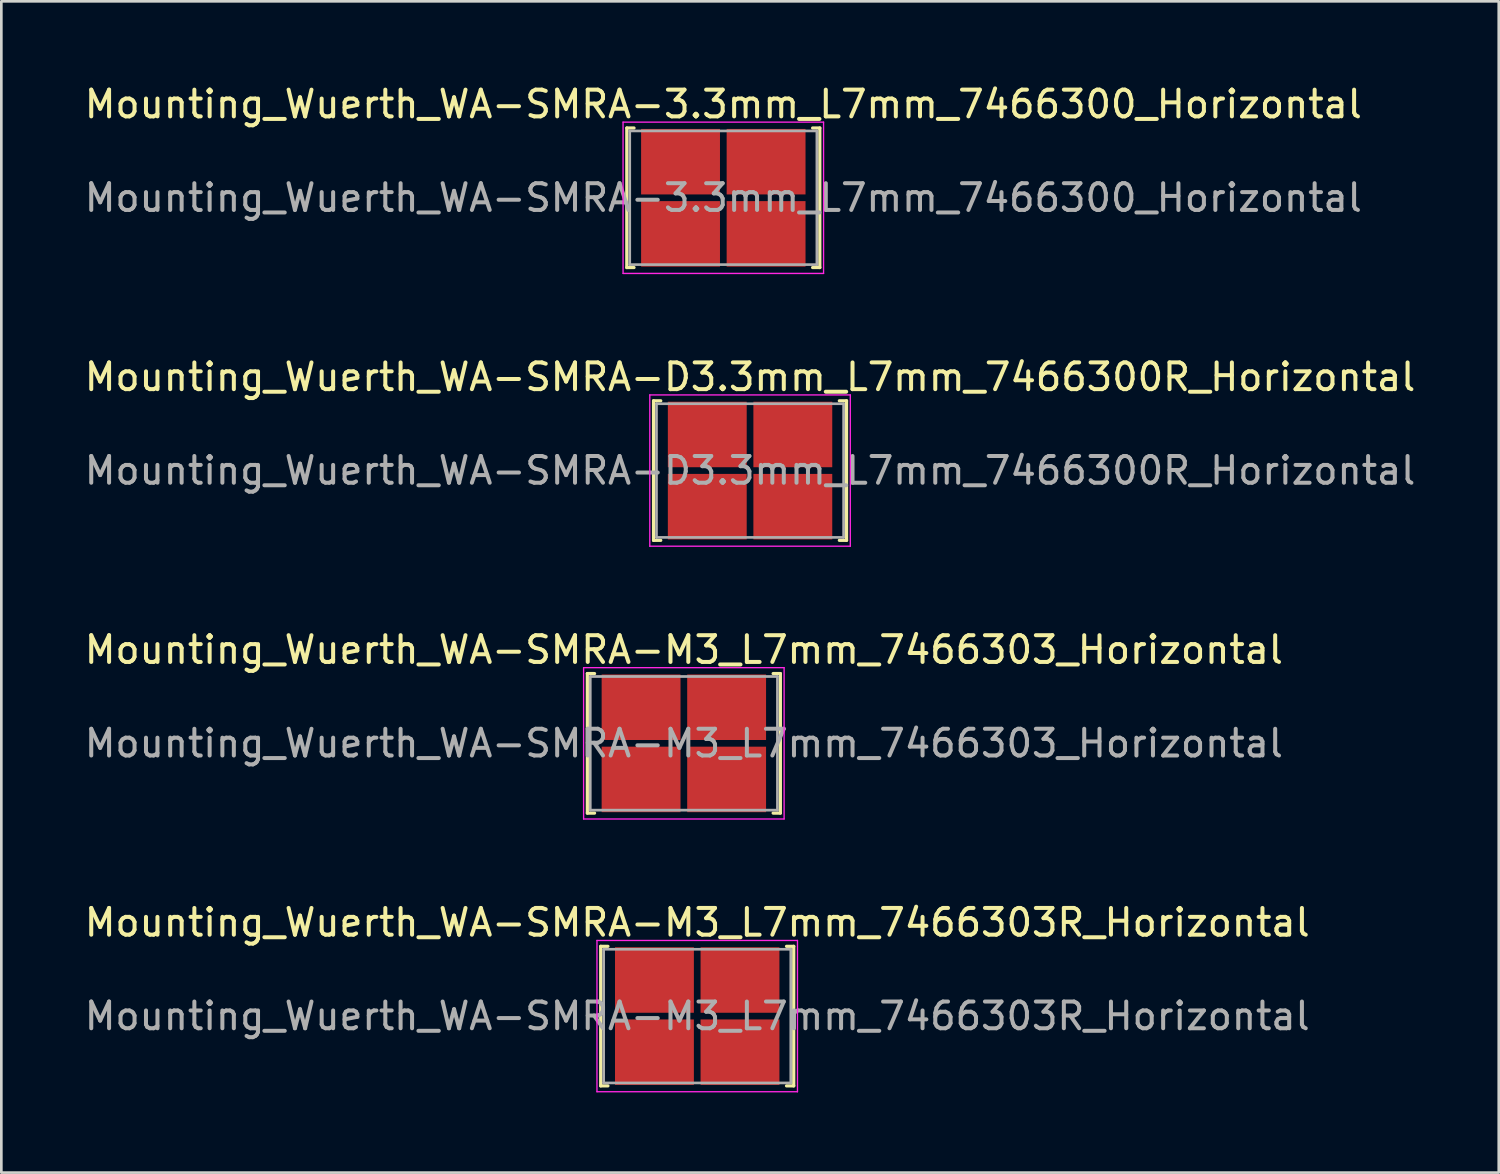
<source format=kicad_pcb>
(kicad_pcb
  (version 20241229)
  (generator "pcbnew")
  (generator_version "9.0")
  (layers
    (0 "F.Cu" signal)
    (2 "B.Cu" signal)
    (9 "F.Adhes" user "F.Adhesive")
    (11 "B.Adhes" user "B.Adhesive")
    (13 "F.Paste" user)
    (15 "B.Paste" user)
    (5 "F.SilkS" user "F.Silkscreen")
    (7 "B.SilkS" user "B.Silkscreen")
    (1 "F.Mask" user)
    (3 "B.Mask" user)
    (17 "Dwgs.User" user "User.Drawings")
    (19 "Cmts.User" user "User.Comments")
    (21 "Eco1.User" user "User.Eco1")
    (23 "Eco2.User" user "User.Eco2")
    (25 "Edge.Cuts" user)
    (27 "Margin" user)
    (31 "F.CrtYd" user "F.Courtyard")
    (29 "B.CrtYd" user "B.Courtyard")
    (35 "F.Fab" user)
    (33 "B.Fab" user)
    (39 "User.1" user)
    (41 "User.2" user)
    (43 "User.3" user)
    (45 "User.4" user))
  (footprint "Mounting_Wuerth_WA-SMRA-D3.3mm_L7mm_7466300R_Horizontal"
    (layer "F.Cu")
    (at 25.006 14.552)
    (property "Reference" "Mounting_Wuerth_WA-SMRA-D3.3mm_L7mm_7466300R_Horizontal" (at 0 -3.5 0) (layer "F.SilkS") (effects (font (size 1 1) (thickness 0.15))))
    (attr smd)
    (fp_line (start -3.61 -2.61) (end -3.61 2.61) (stroke (width 0.12) (type solid)) (layer "F.SilkS"))
    (fp_line (start -3.61 2.61) (end -3.34 2.61) (stroke (width 0.12) (type solid)) (layer "F.SilkS"))
    (fp_line (start -3.34 -2.61) (end -3.61 -2.61) (stroke (width 0.12) (type solid)) (layer "F.SilkS"))
    (fp_line (start 3.34 2.61) (end 3.61 2.61) (stroke (width 0.12) (type solid)) (layer "F.SilkS"))
    (fp_line (start 3.61 -2.61) (end 3.34 -2.61) (stroke (width 0.12) (type solid)) (layer "F.SilkS"))
    (fp_line (start 3.61 2.61) (end 3.61 -2.61) (stroke (width 0.12) (type solid)) (layer "F.SilkS"))
    (fp_line (start -3.75 -2.83) (end -3.75 2.83) (stroke (width 0.05) (type solid)) (layer "F.CrtYd"))
    (fp_line (start 3.75 -2.83) (end -3.75 -2.83) (stroke (width 0.05) (type solid)) (layer "F.CrtYd"))
    (fp_line (start 3.75 -2.83) (end 3.75 2.83) (stroke (width 0.05) (type solid)) (layer "F.CrtYd"))
    (fp_line (start 3.75 2.83) (end -3.75 2.83) (stroke (width 0.05) (type solid)) (layer "F.CrtYd"))
    (fp_line (start -3.5 -2.5) (end -3.5 2.5) (stroke (width 0.1) (type solid)) (layer "F.Fab"))
    (fp_line (start -3.5 2.5) (end 3.5 2.5) (stroke (width 0.1) (type solid)) (layer "F.Fab"))
    (fp_line (start 3.5 -2.5) (end -3.5 -2.5) (stroke (width 0.1) (type solid)) (layer "F.Fab"))
    (fp_line (start 3.5 2.5) (end 3.5 -2.5) (stroke (width 0.1) (type solid)) (layer "F.Fab"))
    (fp_text user "${REFERENCE}" (at 0 0 0) (layer "F.Fab") (effects (font (size 1 1) (thickness 0.15))))
    (pad "1" smd rect (at -1.6 -1.35) (size 2.95 2.45) (layers "F.Cu" "F.Mask" "F.Paste"))
    (pad "1" smd rect (at -1.6 1.35) (size 2.95 2.45) (layers "F.Cu" "F.Mask" "F.Paste"))
    (pad "1" smd rect (at 1.6 -1.35) (size 2.95 2.45) (layers "F.Cu" "F.Mask" "F.Paste"))
    (pad "1" smd rect (at 1.6 1.35) (size 2.95 2.45) (layers "F.Cu" "F.Mask" "F.Paste")))
  (footprint "Mounting_Wuerth_WA-SMRA-3.3mm_L7mm_7466300_Horizontal"
    (layer "F.Cu")
    (at 24.006 4.348)
    (property "Reference" "Mounting_Wuerth_WA-SMRA-3.3mm_L7mm_7466300_Horizontal" (at 0 -3.5 0) (layer "F.SilkS") (effects (font (size 1 1) (thickness 0.15))))
    (attr smd)
    (fp_line (start -3.61 -2.61) (end -3.61 2.61) (stroke (width 0.12) (type solid)) (layer "F.SilkS"))
    (fp_line (start -3.61 2.61) (end -3.34 2.61) (stroke (width 0.12) (type solid)) (layer "F.SilkS"))
    (fp_line (start -3.34 -2.61) (end -3.61 -2.61) (stroke (width 0.12) (type solid)) (layer "F.SilkS"))
    (fp_line (start 3.34 2.61) (end 3.61 2.61) (stroke (width 0.12) (type solid)) (layer "F.SilkS"))
    (fp_line (start 3.61 -2.61) (end 3.34 -2.61) (stroke (width 0.12) (type solid)) (layer "F.SilkS"))
    (fp_line (start 3.61 2.61) (end 3.61 -2.61) (stroke (width 0.12) (type solid)) (layer "F.SilkS"))
    (fp_line (start -3.75 -2.83) (end -3.75 2.83) (stroke (width 0.05) (type solid)) (layer "F.CrtYd"))
    (fp_line (start 3.75 -2.83) (end -3.75 -2.83) (stroke (width 0.05) (type solid)) (layer "F.CrtYd"))
    (fp_line (start 3.75 -2.83) (end 3.75 2.83) (stroke (width 0.05) (type solid)) (layer "F.CrtYd"))
    (fp_line (start 3.75 2.83) (end -3.75 2.83) (stroke (width 0.05) (type solid)) (layer "F.CrtYd"))
    (fp_line (start -3.5 -2.5) (end -3.5 2.5) (stroke (width 0.1) (type solid)) (layer "F.Fab"))
    (fp_line (start -3.5 2.5) (end 3.5 2.5) (stroke (width 0.1) (type solid)) (layer "F.Fab"))
    (fp_line (start 3.5 -2.5) (end -3.5 -2.5) (stroke (width 0.1) (type solid)) (layer "F.Fab"))
    (fp_line (start 3.5 2.5) (end 3.5 -2.5) (stroke (width 0.1) (type solid)) (layer "F.Fab"))
    (fp_text user "${REFERENCE}" (at 0 0 0) (layer "F.Fab") (effects (font (size 1 1) (thickness 0.15))))
    (pad "1" smd rect (at -1.6 -1.35) (size 2.95 2.45) (layers "F.Cu" "F.Mask" "F.Paste"))
    (pad "1" smd rect (at -1.6 1.35) (size 2.95 2.45) (layers "F.Cu" "F.Mask" "F.Paste"))
    (pad "1" smd rect (at 1.6 -1.35) (size 2.95 2.45) (layers "F.Cu" "F.Mask" "F.Paste"))
    (pad "1" smd rect (at 1.6 1.35) (size 2.95 2.45) (layers "F.Cu" "F.Mask" "F.Paste")))
  (footprint "Mounting_Wuerth_WA-SMRA-M3_L7mm_7466303_Horizontal"
    (layer "F.Cu")
    (at 22.53 24.755)
    (property "Reference" "Mounting_Wuerth_WA-SMRA-M3_L7mm_7466303_Horizontal" (at 0 -3.5 0) (layer "F.SilkS") (effects (font (size 1 1) (thickness 0.15))))
    (attr smd)
    (fp_line (start -3.61 -2.61) (end -3.61 2.61) (stroke (width 0.12) (type solid)) (layer "F.SilkS"))
    (fp_line (start -3.61 2.61) (end -3.34 2.61) (stroke (width 0.12) (type solid)) (layer "F.SilkS"))
    (fp_line (start -3.34 -2.61) (end -3.61 -2.61) (stroke (width 0.12) (type solid)) (layer "F.SilkS"))
    (fp_line (start 3.34 2.61) (end 3.61 2.61) (stroke (width 0.12) (type solid)) (layer "F.SilkS"))
    (fp_line (start 3.61 -2.61) (end 3.34 -2.61) (stroke (width 0.12) (type solid)) (layer "F.SilkS"))
    (fp_line (start 3.61 2.61) (end 3.61 -2.61) (stroke (width 0.12) (type solid)) (layer "F.SilkS"))
    (fp_line (start -3.75 -2.83) (end -3.75 2.83) (stroke (width 0.05) (type solid)) (layer "F.CrtYd"))
    (fp_line (start 3.75 -2.83) (end -3.75 -2.83) (stroke (width 0.05) (type solid)) (layer "F.CrtYd"))
    (fp_line (start 3.75 -2.83) (end 3.75 2.83) (stroke (width 0.05) (type solid)) (layer "F.CrtYd"))
    (fp_line (start 3.75 2.83) (end -3.75 2.83) (stroke (width 0.05) (type solid)) (layer "F.CrtYd"))
    (fp_line (start -3.5 -2.5) (end -3.5 2.5) (stroke (width 0.1) (type solid)) (layer "F.Fab"))
    (fp_line (start -3.5 2.5) (end 3.5 2.5) (stroke (width 0.1) (type solid)) (layer "F.Fab"))
    (fp_line (start 3.5 -2.5) (end -3.5 -2.5) (stroke (width 0.1) (type solid)) (layer "F.Fab"))
    (fp_line (start 3.5 2.5) (end 3.5 -2.5) (stroke (width 0.1) (type solid)) (layer "F.Fab"))
    (fp_text user "${REFERENCE}" (at 0 0 0) (layer "F.Fab") (effects (font (size 1 1) (thickness 0.15))))
    (pad "1" smd rect (at -1.6 -1.35) (size 2.95 2.45) (layers "F.Cu" "F.Mask" "F.Paste"))
    (pad "1" smd rect (at -1.6 1.35) (size 2.95 2.45) (layers "F.Cu" "F.Mask" "F.Paste"))
    (pad "1" smd rect (at 1.6 -1.35) (size 2.95 2.45) (layers "F.Cu" "F.Mask" "F.Paste"))
    (pad "1" smd rect (at 1.6 1.35) (size 2.95 2.45) (layers "F.Cu" "F.Mask" "F.Paste")))
  (footprint "Mounting_Wuerth_WA-SMRA-M3_L7mm_7466303R_Horizontal"
    (layer "F.Cu")
    (at 23.03 34.958)
    (property "Reference" "Mounting_Wuerth_WA-SMRA-M3_L7mm_7466303R_Horizontal" (at 0 -3.5 0) (layer "F.SilkS") (effects (font (size 1 1) (thickness 0.15))))
    (attr smd)
    (fp_line (start -3.61 -2.61) (end -3.61 2.61) (stroke (width 0.12) (type solid)) (layer "F.SilkS"))
    (fp_line (start -3.61 2.61) (end -3.34 2.61) (stroke (width 0.12) (type solid)) (layer "F.SilkS"))
    (fp_line (start -3.34 -2.61) (end -3.61 -2.61) (stroke (width 0.12) (type solid)) (layer "F.SilkS"))
    (fp_line (start 3.34 2.61) (end 3.61 2.61) (stroke (width 0.12) (type solid)) (layer "F.SilkS"))
    (fp_line (start 3.61 -2.61) (end 3.34 -2.61) (stroke (width 0.12) (type solid)) (layer "F.SilkS"))
    (fp_line (start 3.61 2.61) (end 3.61 -2.61) (stroke (width 0.12) (type solid)) (layer "F.SilkS"))
    (fp_line (start -3.75 -2.83) (end -3.75 2.83) (stroke (width 0.05) (type solid)) (layer "F.CrtYd"))
    (fp_line (start 3.75 -2.83) (end -3.75 -2.83) (stroke (width 0.05) (type solid)) (layer "F.CrtYd"))
    (fp_line (start 3.75 -2.83) (end 3.75 2.83) (stroke (width 0.05) (type solid)) (layer "F.CrtYd"))
    (fp_line (start 3.75 2.83) (end -3.75 2.83) (stroke (width 0.05) (type solid)) (layer "F.CrtYd"))
    (fp_line (start -3.5 -2.5) (end -3.5 2.5) (stroke (width 0.1) (type solid)) (layer "F.Fab"))
    (fp_line (start -3.5 2.5) (end 3.5 2.5) (stroke (width 0.1) (type solid)) (layer "F.Fab"))
    (fp_line (start 3.5 -2.5) (end -3.5 -2.5) (stroke (width 0.1) (type solid)) (layer "F.Fab"))
    (fp_line (start 3.5 2.5) (end 3.5 -2.5) (stroke (width 0.1) (type solid)) (layer "F.Fab"))
    (fp_text user "${REFERENCE}" (at 0 0 0) (layer "F.Fab") (effects (font (size 1 1) (thickness 0.15))))
    (pad "1" smd rect (at -1.6 -1.35) (size 2.95 2.45) (layers "F.Cu" "F.Mask" "F.Paste"))
    (pad "1" smd rect (at -1.6 1.35) (size 2.95 2.45) (layers "F.Cu" "F.Mask" "F.Paste"))
    (pad "1" smd rect (at 1.6 -1.35) (size 2.95 2.45) (layers "F.Cu" "F.Mask" "F.Paste"))
    (pad "1" smd rect (at 1.6 1.35) (size 2.95 2.45) (layers "F.Cu" "F.Mask" "F.Paste")))
  (gr_rect
    (start -3 -3)
    (end 53.012 40.813)
    (stroke (width 0.1) (type default))
    (fill no)
    (layer "Edge.Cuts")))
</source>
